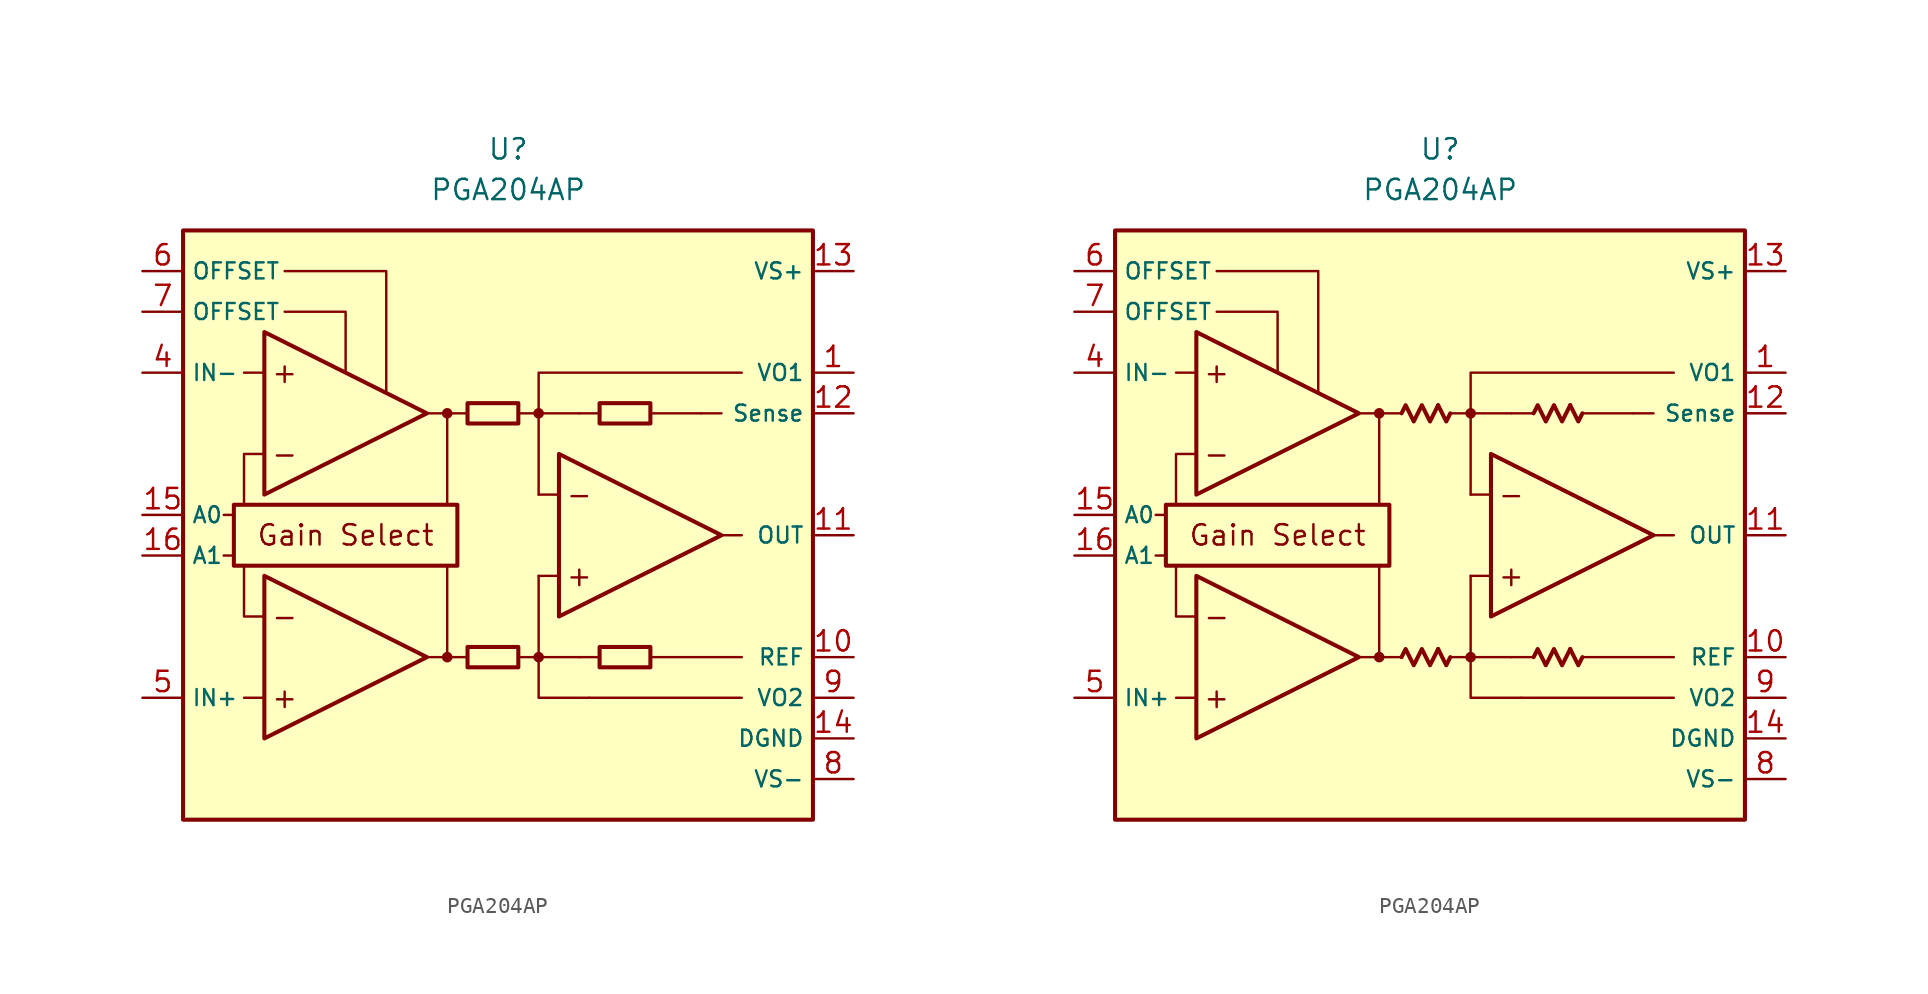
<source format=kicad_sym>
(kicad_symbol_lib
  (version 20231120)
  (generator "kicad_symbol_editor")
  (generator_version "8.0")
  (symbol "PGA204AP"
    (property "Reference" "U"
      (at 0 22.86 0)
      (effects (font (size 1.27 1.27))))
    (property "Value" "PGA204AP"
      (at 0 20.32 0)
      (effects (font (size 1.27 1.27))))
    (symbol "PGA204AP_0_0"
      (rectangle (start -20.32 17.78) (end 19.05 -19.05) (stroke (width 0.254) (type default)) (fill (type background)))
      (rectangle (start -17.145 0.635) (end -3.175 -3.175) (stroke (width 0.254) (type default)) (fill (type none)))
      (circle (center -3.81 -8.89) (radius 0.254) (stroke (width 0.152) (type default)) (fill (type outline)))
      (circle (center -3.81 6.35) (radius 0.254) (stroke (width 0.152) (type default)) (fill (type outline)))
      (polyline (pts (xy -1.27 -8.89)) (stroke (width 0.152) (type default)) (fill (type none)))
      (polyline (pts (xy -1.27 6.35)) (stroke (width 0.152) (type default)) (fill (type none)))
      (polyline (pts (xy 5.715 6.35)) (stroke (width 0.152) (type default)) (fill (type none)))
      (polyline (pts (xy -17.145 -2.54) (xy -17.78 -2.54)) (stroke (width 0.152) (type default)) (fill (type none)))
      (polyline (pts (xy -17.145 0) (xy -17.78 0)) (stroke (width 0.152) (type default)) (fill (type none)))
      (polyline (pts (xy -15.24 -11.43) (xy -16.51 -11.43)) (stroke (width 0.152) (type default)) (fill (type none)))
      (polyline (pts (xy -15.24 8.89) (xy -16.51 8.89)) (stroke (width 0.152) (type default)) (fill (type none)))
      (polyline (pts (xy -5.08 -8.89) (xy -2.54 -8.89)) (stroke (width 0.152) (type default)) (fill (type none)))
      (polyline (pts (xy -5.08 6.35) (xy -2.54 6.35)) (stroke (width 0.152) (type default)) (fill (type none)))
      (polyline (pts (xy -3.81 -8.89) (xy -3.81 -3.175)) (stroke (width 0.152) (type default)) (fill (type none)))
      (polyline (pts (xy -3.81 0.635) (xy -3.81 6.35)) (stroke (width 0.152) (type default)) (fill (type none)))
      (polyline (pts (xy 0.635 -8.89) (xy 1.905 -8.89)) (stroke (width 0.152) (type default)) (fill (type none)))
      (polyline (pts (xy 0.635 6.35) (xy 1.905 6.35)) (stroke (width 0.152) (type default)) (fill (type none)))
      (polyline (pts (xy 3.175 -3.81) (xy 1.905 -3.81)) (stroke (width 0.152) (type default)) (fill (type none)))
      (polyline (pts (xy 3.175 1.27) (xy 1.905 1.27)) (stroke (width 0.152) (type default)) (fill (type none)))
      (polyline (pts (xy 4.445 -8.89) (xy 1.905 -8.89)) (stroke (width 0.152) (type default)) (fill (type none)))
      (polyline (pts (xy 4.445 -8.89) (xy 5.715 -8.89)) (stroke (width 0.152) (type default)) (fill (type none)))
      (polyline (pts (xy 4.445 6.35) (xy 1.905 6.35)) (stroke (width 0.152) (type default)) (fill (type none)))
      (polyline (pts (xy 4.445 6.35) (xy 5.715 6.35)) (stroke (width 0.152) (type default)) (fill (type none)))
      (polyline (pts (xy 8.89 -8.89) (xy 14.605 -8.89)) (stroke (width 0.152) (type default)) (fill (type none)))
      (polyline (pts (xy 8.89 6.35) (xy 12.065 6.35)) (stroke (width 0.152) (type default)) (fill (type none)))
      (polyline (pts (xy 12.065 6.35) (xy 13.335 6.35)) (stroke (width 0.152) (type default)) (fill (type none)))
      (polyline (pts (xy 13.335 -1.27) (xy 14.605 -1.27)) (stroke (width 0.152) (type default)) (fill (type none)))
      (polyline (pts (xy 14.605 -11.43) (xy 5.08 -11.43)) (stroke (width 0.152) (type default)) (fill (type none)))
      (polyline (pts (xy -16.51 -3.175) (xy -16.51 -6.35) (xy -15.24 -6.35)) (stroke (width 0.152) (type default)) (fill (type none)))
      (polyline (pts (xy -15.24 3.81) (xy -16.51 3.81) (xy -16.51 0.635)) (stroke (width 0.152) (type default)) (fill (type none)))
      (polyline (pts (xy -13.97 12.7) (xy -10.16 12.7) (xy -10.16 8.89)) (stroke (width 0.152) (type default)) (fill (type none)))
      (polyline (pts (xy -7.62 7.62) (xy -7.62 15.24) (xy -13.97 15.24)) (stroke (width 0.152) (type default)) (fill (type none)))
      (polyline (pts (xy 1.905 -3.81) (xy 1.905 -11.43) (xy 5.08 -11.43)) (stroke (width 0.152) (type default)) (fill (type none)))
      (polyline (pts (xy 14.605 8.89) (xy 1.905 8.89) (xy 1.905 1.27)) (stroke (width 0.152) (type default)) (fill (type none)))
      (circle (center 1.905 -8.89) (radius 0.254) (stroke (width 0.152) (type default)) (fill (type outline)))
      (circle (center 1.905 6.35) (radius 0.254) (stroke (width 0.152) (type default)) (fill (type outline)))
      (text "+" (at -13.97 -11.43 0) (effects (font (size 1.27 1.27))))
      (text "+" (at -13.97 8.89 0) (effects (font (size 1.27 1.27))))
      (text "+" (at 4.445 -3.81 0) (effects (font (size 1.27 1.27))))
      (text "-" (at -13.97 -6.35 0) (effects (font (size 1.27 1.27))))
      (text "-" (at -13.97 3.81 0) (effects (font (size 1.27 1.27))))
      (text "-" (at 4.445 1.27 0) (effects (font (size 1.27 1.27))))
      (text "Gain Select" (at -10.16 -1.27 0) (effects (font (size 1.27 1.27)))))
    (symbol "PGA204AP_0_1"
      (rectangle (start -2.54 -8.255) (end 0.635 -9.525) (stroke (width 0.254) (type default)) (fill (type none)))
      (rectangle (start -2.54 6.985) (end 0.635 5.715) (stroke (width 0.254) (type default)) (fill (type none)))
      (rectangle (start 5.715 -8.255) (end 8.89 -9.525) (stroke (width 0.254) (type default)) (fill (type none)))
      (rectangle (start 5.715 6.985) (end 8.89 5.715) (stroke (width 0.254) (type default)) (fill (type none))))
    (symbol "PGA204AP_0_2"
      (polyline (pts (xy -0.127 -8.382) (xy 0.381 -9.398) (xy 0.635 -8.89)) (stroke (width 0.254) (type default)) (fill (type none)))
      (polyline (pts (xy -0.127 6.858) (xy 0.381 5.842) (xy 0.635 6.35)) (stroke (width 0.254) (type default)) (fill (type none)))
      (polyline (pts (xy 8.128 -8.382) (xy 8.636 -9.398) (xy 8.89 -8.89)) (stroke (width 0.254) (type default)) (fill (type none)))
      (polyline (pts (xy 8.128 6.858) (xy 8.636 5.842) (xy 8.89 6.35)) (stroke (width 0.254) (type default)) (fill (type none)))
      (polyline (pts (xy -2.413 -8.89) (xy -2.159 -8.382) (xy -1.651 -9.398) (xy -1.143 -8.382) (xy -0.635 -9.398) (xy -0.127 -8.382)) (stroke (width 0.254) (type default)) (fill (type none)))
      (polyline (pts (xy -2.413 6.35) (xy -2.159 6.858) (xy -1.651 5.842) (xy -1.143 6.858) (xy -0.635 5.842) (xy -0.127 6.858)) (stroke (width 0.254) (type default)) (fill (type none)))
      (polyline (pts (xy 5.842 -8.89) (xy 6.096 -8.382) (xy 6.604 -9.398) (xy 7.112 -8.382) (xy 7.62 -9.398) (xy 8.128 -8.382)) (stroke (width 0.254) (type default)) (fill (type none)))
      (polyline (pts (xy 5.842 6.35) (xy 6.096 6.858) (xy 6.604 5.842) (xy 7.112 6.858) (xy 7.62 5.842) (xy 8.128 6.858)) (stroke (width 0.254) (type default)) (fill (type none))))
    (symbol "PGA204AP_1_0"
      (polyline (pts (xy -15.24 -3.81) (xy -15.24 -13.97) (xy -5.08 -8.89) (xy -15.24 -3.81)) (stroke (width 0.254) (type default)) (fill (type background)))
      (polyline (pts (xy -15.24 11.43) (xy -15.24 1.27) (xy -5.08 6.35) (xy -15.24 11.43)) (stroke (width 0.254) (type default)) (fill (type background)))
      (polyline (pts (xy 3.175 3.81) (xy 3.175 -6.35) (xy 13.335 -1.27) (xy 3.175 3.81)) (stroke (width 0.254) (type default)) (fill (type background))))
    (symbol "PGA204AP_1_1"
      (pin passive line (at 21.59 8.89 180) (length 2.54) (name "VO1" (effects (font (size 1 1)))) (number "1" (effects (font (size 1.27 1.27)))))
      (pin passive line (at 21.59 -8.89 180) (length 2.54) (name "REF" (effects (font (size 1 1)))) (number "10" (effects (font (size 1.27 1.27)))))
      (pin output line (at 21.59 -1.27 180) (length 2.54) (name "OUT" (effects (font (size 1 1)))) (number "11" (effects (font (size 1.27 1.27)))))
      (pin passive line (at 21.59 6.35 180) (length 2.54) (name "Sense" (effects (font (size 1 1)))) (number "12" (effects (font (size 1.27 1.27)))))
      (pin power_in line (at 21.59 15.24 180) (length 2.54) (name "VS+" (effects (font (size 1 1)))) (number "13" (effects (font (size 1.27 1.27)))))
      (pin power_in line (at 21.59 -13.97 180) (length 2.54) (name "DGND" (effects (font (size 1 1)))) (number "14" (effects (font (size 1.27 1.27)))))
      (pin input line (at -22.86 0 0) (length 2.54) (name "A0" (effects (font (size 1 1)))) (number "15" (effects (font (size 1.27 1.27)))))
      (pin input line (at -22.86 -2.54 0) (length 2.54) (name "A1" (effects (font (size 1 1)))) (number "16" (effects (font (size 1.27 1.27)))))
      (pin free line (at -1.27 -12.7 0) (length 2.54) hide (name "NC" (effects (font (size 1.27 1.27)))) (number "2" (effects (font (size 1.27 1.27)))))
      (pin free line (at -1.27 -15.24 0) (length 2.54) hide (name "NC" (effects (font (size 1.27 1.27)))) (number "3" (effects (font (size 1.27 1.27)))))
      (pin input line (at -22.86 8.89 0) (length 2.54) (name "IN-" (effects (font (size 1 1)))) (number "4" (effects (font (size 1.27 1.27)))))
      (pin input line (at -22.86 -11.43 0) (length 2.54) (name "IN+" (effects (font (size 1 1)))) (number "5" (effects (font (size 1.27 1.27)))))
      (pin passive line (at -22.86 15.24 0) (length 2.54) (name "OFFSET" (effects (font (size 1 1)))) (number "6" (effects (font (size 1.27 1.27)))))
      (pin passive line (at -22.86 12.7 0) (length 2.54) (name "OFFSET" (effects (font (size 1 1)))) (number "7" (effects (font (size 1.27 1.27)))))
      (pin power_in line (at 21.59 -16.51 180) (length 2.54) (name "VS-" (effects (font (size 1 1)))) (number "8" (effects (font (size 1.27 1.27)))))
      (pin passive line (at 21.59 -11.43 180) (length 2.54) (name "VO2" (effects (font (size 1 1)))) (number "9" (effects (font (size 1.27 1.27))))))
    (symbol "PGA204AP_1_2"
      (pin passive line (at 21.59 8.89 180) (length 2.54) (name "VO1" (effects (font (size 1 1)))) (number "1" (effects (font (size 1.27 1.27)))))
      (pin passive line (at 21.59 -8.89 180) (length 2.54) (name "REF" (effects (font (size 1 1)))) (number "10" (effects (font (size 1.27 1.27)))))
      (pin output line (at 21.59 -1.27 180) (length 2.54) (name "OUT" (effects (font (size 1 1)))) (number "11" (effects (font (size 1.27 1.27)))))
      (pin passive line (at 21.59 6.35 180) (length 2.54) (name "Sense" (effects (font (size 1 1)))) (number "12" (effects (font (size 1.27 1.27)))))
      (pin power_in line (at 21.59 15.24 180) (length 2.54) (name "VS+" (effects (font (size 1 1)))) (number "13" (effects (font (size 1.27 1.27)))))
      (pin power_in line (at 21.59 -13.97 180) (length 2.54) (name "DGND" (effects (font (size 1 1)))) (number "14" (effects (font (size 1.27 1.27)))))
      (pin input line (at -22.86 0 0) (length 2.54) (name "A0" (effects (font (size 1 1)))) (number "15" (effects (font (size 1.27 1.27)))))
      (pin input line (at -22.86 -2.54 0) (length 2.54) (name "A1" (effects (font (size 1 1)))) (number "16" (effects (font (size 1.27 1.27)))))
      (pin no_connect line (at -1.27 -12.7 0) (length 2.54) hide (name "NC" (effects (font (size 1.27 1.27)))) (number "2" (effects (font (size 1.27 1.27)))))
      (pin no_connect line (at -1.27 -15.24 0) (length 2.54) hide (name "NC" (effects (font (size 1.27 1.27)))) (number "3" (effects (font (size 1.27 1.27)))))
      (pin input line (at -22.86 8.89 0) (length 2.54) (name "IN-" (effects (font (size 1 1)))) (number "4" (effects (font (size 1.27 1.27)))))
      (pin input line (at -22.86 -11.43 0) (length 2.54) (name "IN+" (effects (font (size 1 1)))) (number "5" (effects (font (size 1.27 1.27)))))
      (pin passive line (at -22.86 15.24 0) (length 2.54) (name "OFFSET" (effects (font (size 1 1)))) (number "6" (effects (font (size 1.27 1.27)))))
      (pin passive line (at -22.86 12.7 0) (length 2.54) (name "OFFSET" (effects (font (size 1 1)))) (number "7" (effects (font (size 1.27 1.27)))))
      (pin power_in line (at 21.59 -16.51 180) (length 2.54) (name "VS-" (effects (font (size 1 1)))) (number "8" (effects (font (size 1.27 1.27)))))
      (pin passive line (at 21.59 -11.43 180) (length 2.54) (name "VO2" (effects (font (size 1 1)))) (number "9" (effects (font (size 1.27 1.27))))))))
</source>
